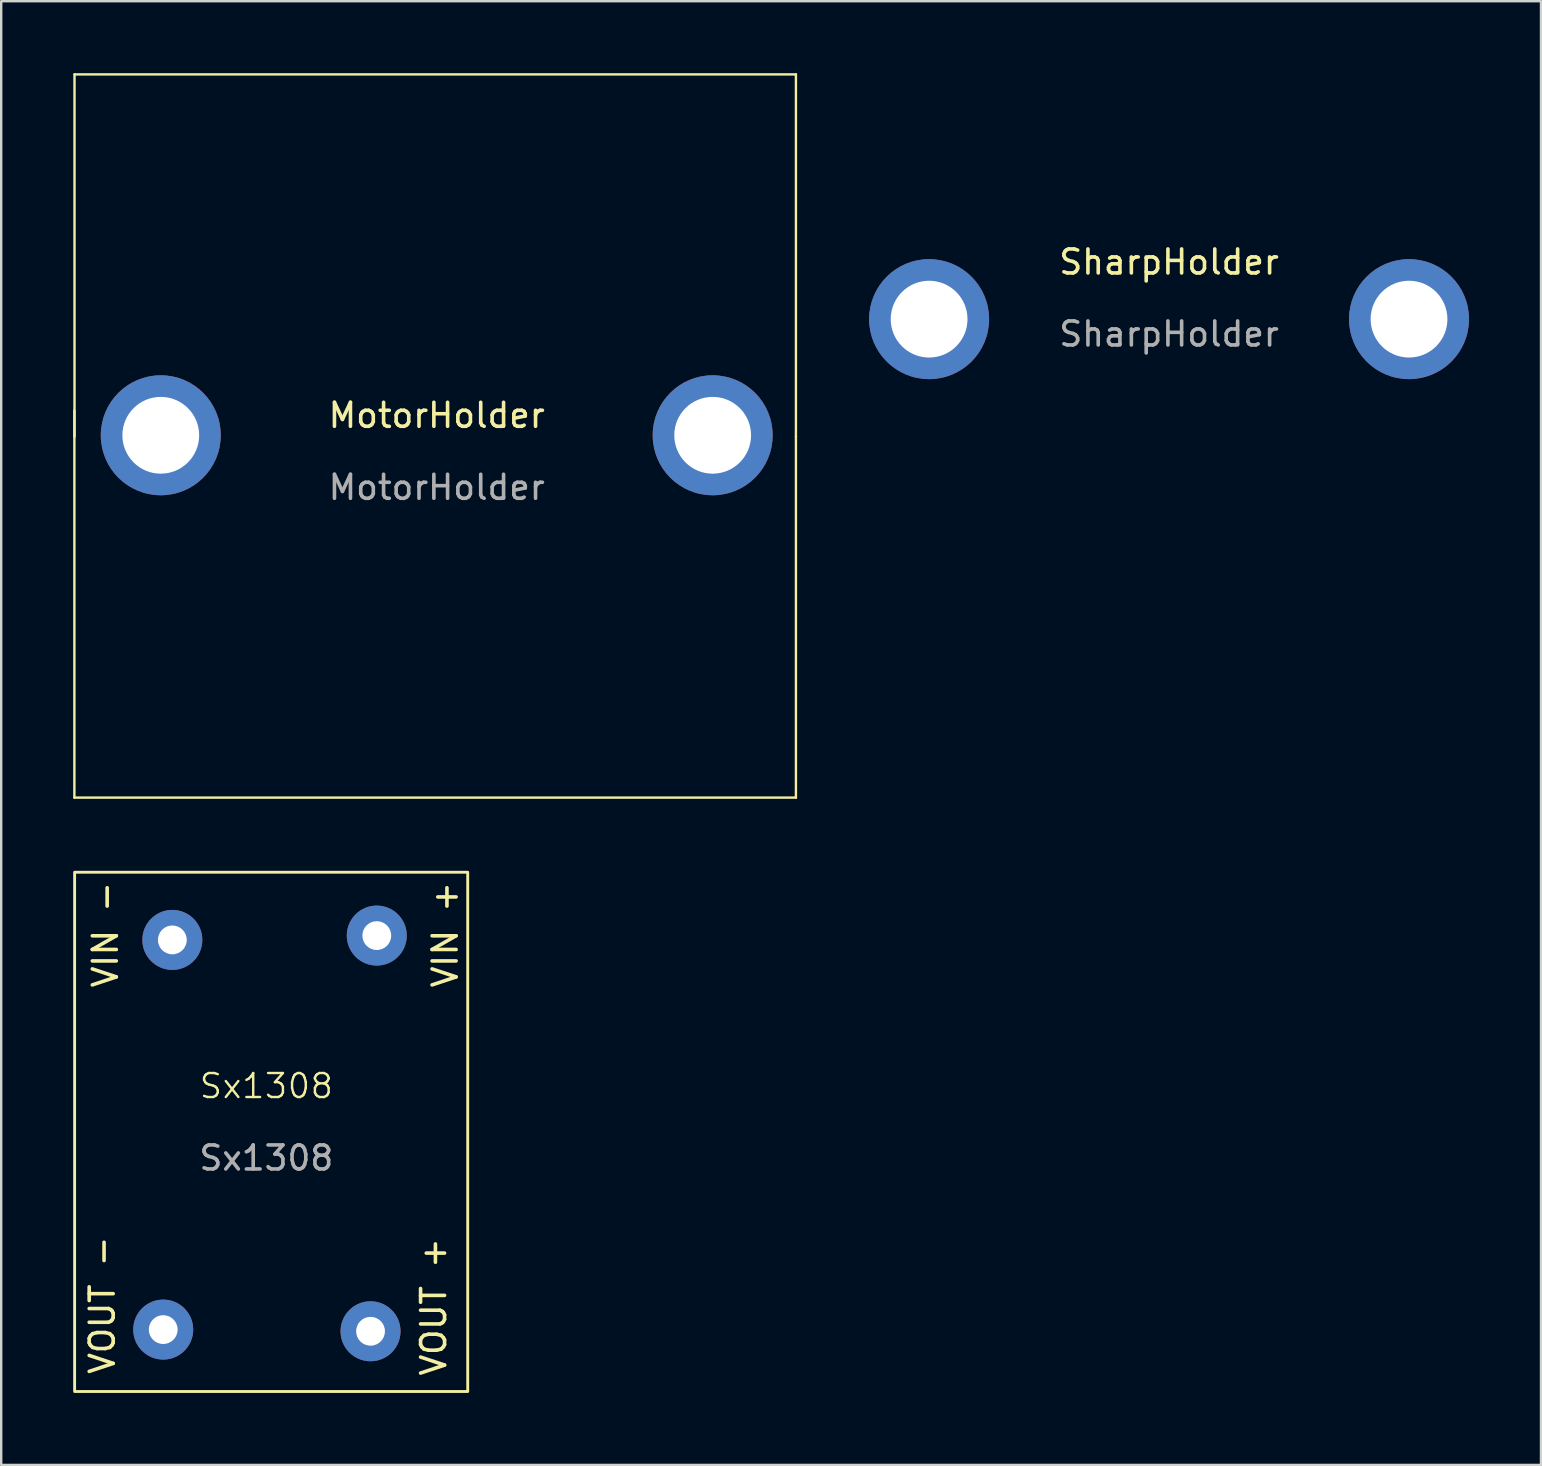
<source format=kicad_pcb>
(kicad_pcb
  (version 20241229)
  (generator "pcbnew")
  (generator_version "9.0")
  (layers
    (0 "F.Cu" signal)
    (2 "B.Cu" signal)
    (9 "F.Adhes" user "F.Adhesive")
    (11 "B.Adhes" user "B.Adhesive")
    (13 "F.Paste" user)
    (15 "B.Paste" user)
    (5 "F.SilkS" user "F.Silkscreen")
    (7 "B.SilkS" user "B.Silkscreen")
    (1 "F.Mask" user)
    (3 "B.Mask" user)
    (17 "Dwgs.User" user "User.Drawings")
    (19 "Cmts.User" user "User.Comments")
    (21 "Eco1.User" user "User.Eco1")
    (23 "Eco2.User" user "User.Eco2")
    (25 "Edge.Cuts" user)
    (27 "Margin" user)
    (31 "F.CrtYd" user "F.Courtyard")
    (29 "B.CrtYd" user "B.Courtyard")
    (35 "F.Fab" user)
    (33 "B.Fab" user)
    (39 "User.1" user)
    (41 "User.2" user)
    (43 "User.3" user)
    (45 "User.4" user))
  (footprint "Sx1308"
    (layer "F.Cu")
    (at 8.05 42.71)
    (property "Reference" "Sx1308" (at 0 -0.5 0) (unlocked yes) (layer "F.SilkS") (effects (font (size 1 1) (thickness 0.1))))
    (attr through_hole)
    (fp_rect (start -7.99 -9.41) (end 8.392 12.231) (stroke (width 0.12) (type solid)) (fill no) (layer "F.SilkS"))
    (fp_text user "VIN -" (at -6.708 -6.81 90) (unlocked yes) (layer "F.SilkS") (effects (font (size 1 1) (thickness 0.15))))
    (fp_text user "VOUT -" (at -6.838 8.63 90) (unlocked yes) (layer "F.SilkS") (effects (font (size 1 1) (thickness 0.15))))
    (fp_text user "VOUT +" (at 6.972 8.7 90) (unlocked yes) (layer "F.SilkS") (effects (font (size 1 1) (thickness 0.15))))
    (fp_text user "VIN +" (at 7.452 -6.81 90) (unlocked yes) (layer "F.SilkS") (effects (font (size 1 1) (thickness 0.15))))
    (fp_text user "${REFERENCE}" (at 0 2.5 0) (unlocked yes) (layer "F.Fab") (effects (font (size 1 1) (thickness 0.15))))
    (pad "1" thru_hole circle (at 4.602 -6.77) (size 2.5 2.5) (drill 1.2) (layers "*.Cu" "*.Mask"))
    (pad "2" thru_hole circle (at 4.342 9.72) (size 2.5 2.5) (drill 1.2) (layers "*.Cu" "*.Mask"))
    (pad "3" thru_hole circle (at -3.918 -6.59) (size 2.5 2.5) (drill 1.2) (layers "*.Cu" "*.Mask"))
    (pad "4" thru_hole circle (at -4.298 9.65) (size 2.5 2.5) (drill 1.2) (layers "*.Cu" "*.Mask")))
  (footprint "MotorHolder"
    (layer "F.Cu")
    (at 15.15 4.1)
    (property "Reference" "MotorHolder" (at 0 10.16 0) (unlocked yes) (layer "F.SilkS") (effects (font (size 1 1) (thickness 0.15))))
    (attr through_hole)
    (fp_line (start -15.1 26.09) (end -15.1 9.96) (stroke (width 0.1) (type default)) (layer "F.SilkS"))
    (fp_line (start -15.095 -4.05) (end 14.97 -4.05) (stroke (width 0.1) (type default)) (layer "F.SilkS"))
    (fp_line (start -15.095 11.05) (end -15.095 -4.05) (stroke (width 0.1) (type default)) (layer "F.SilkS"))
    (fp_line (start 14.97 -4.05) (end 14.97 11.05) (stroke (width 0.1) (type default)) (layer "F.SilkS"))
    (fp_line (start 14.97 11.05) (end 14.97 26.09) (stroke (width 0.1) (type default)) (layer "F.SilkS"))
    (fp_line (start 14.97 26.09) (end -15.1 26.09) (stroke (width 0.1) (type default)) (layer "F.SilkS"))
    (fp_text user "${REFERENCE}" (at 0 13.16 0) (unlocked yes) (layer "F.Fab") (effects (font (size 1 1) (thickness 0.15))))
    (pad "1" thru_hole circle (at -11.5 10.99) (size 5 5) (drill 3.2) (layers "*.Cu" "*.Mask"))
    (pad "2" thru_hole circle (at 11.5 10.99) (size 5 5) (drill 3.2) (layers "*.Cu" "*.Mask")))
  (footprint "SharpHolder"
    (layer "F.Cu")
    (at 45.67 0.25)
    (property "Reference" "SharpHolder" (at 0 7.62 0) (unlocked yes) (layer "F.SilkS") (effects (font (size 1 1) (thickness 0.15))))
    (attr through_hole)
    (fp_text user "${REFERENCE}" (at 0 10.62 0) (unlocked yes) (layer "F.Fab") (effects (font (size 1 1) (thickness 0.15))))
    (pad "1" thru_hole circle (at -10 10) (size 5 5) (drill 3.2) (layers "*.Cu" "*.Mask"))
    (pad "2" thru_hole circle (at 10 10) (size 5 5) (drill 3.2) (layers "*.Cu" "*.Mask")))
  (gr_rect
    (start -3 -3)
    (end 61.17 58.001)
    (stroke (width 0.1) (type default))
    (fill no)
    (layer "Edge.Cuts")))
</source>
